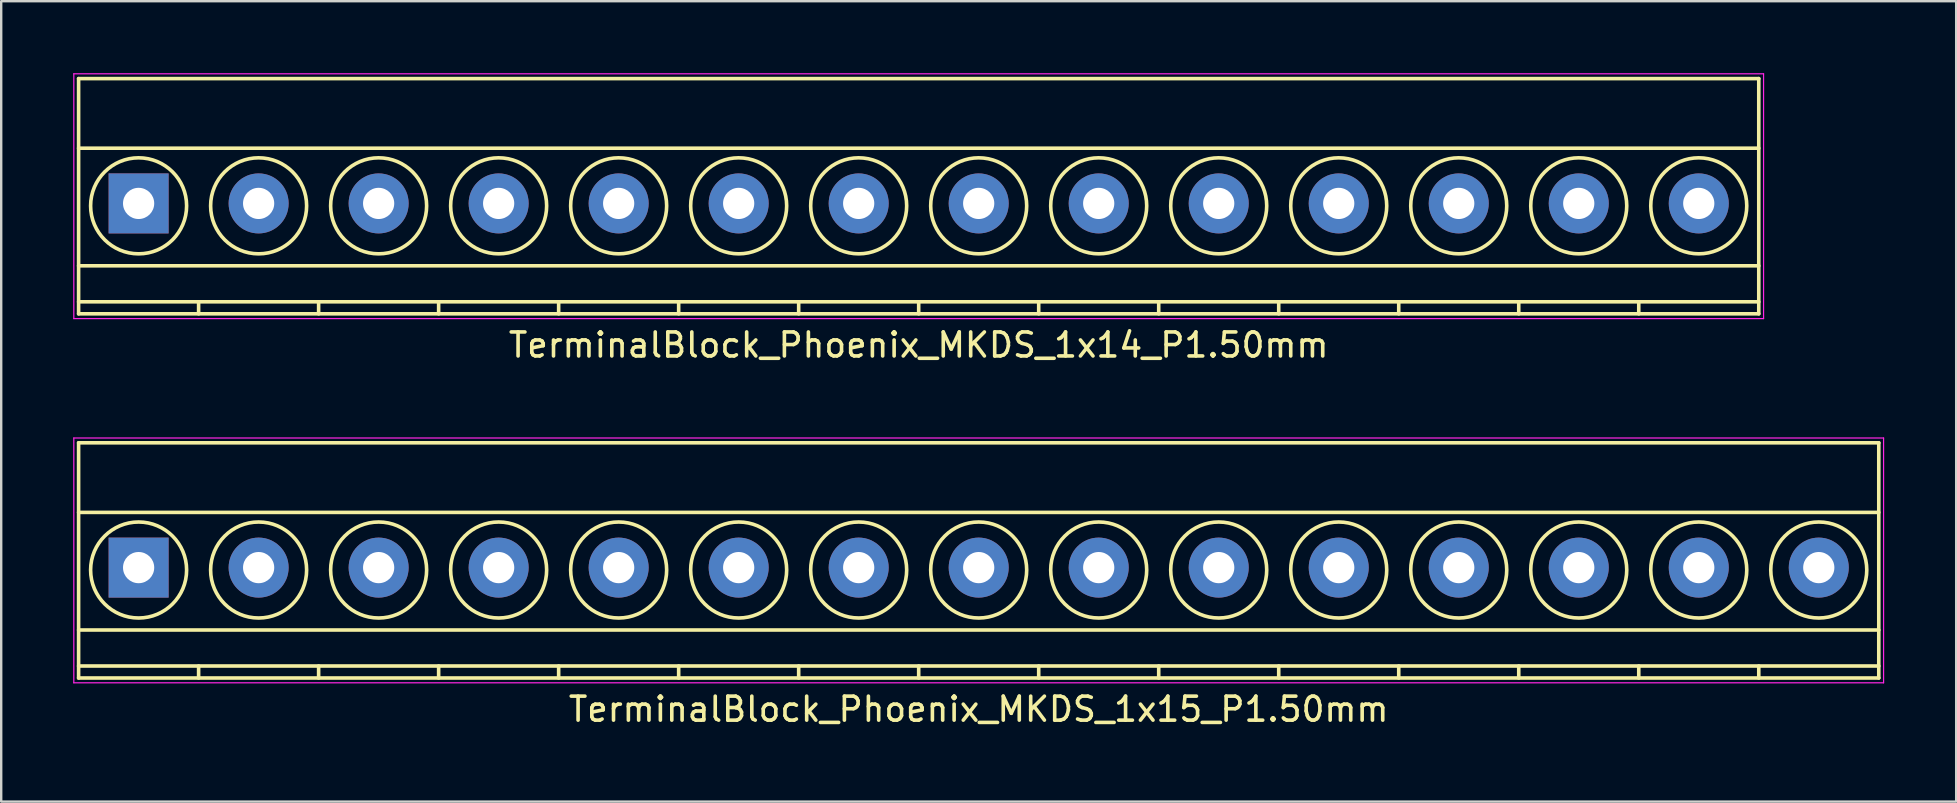
<source format=kicad_pcb>
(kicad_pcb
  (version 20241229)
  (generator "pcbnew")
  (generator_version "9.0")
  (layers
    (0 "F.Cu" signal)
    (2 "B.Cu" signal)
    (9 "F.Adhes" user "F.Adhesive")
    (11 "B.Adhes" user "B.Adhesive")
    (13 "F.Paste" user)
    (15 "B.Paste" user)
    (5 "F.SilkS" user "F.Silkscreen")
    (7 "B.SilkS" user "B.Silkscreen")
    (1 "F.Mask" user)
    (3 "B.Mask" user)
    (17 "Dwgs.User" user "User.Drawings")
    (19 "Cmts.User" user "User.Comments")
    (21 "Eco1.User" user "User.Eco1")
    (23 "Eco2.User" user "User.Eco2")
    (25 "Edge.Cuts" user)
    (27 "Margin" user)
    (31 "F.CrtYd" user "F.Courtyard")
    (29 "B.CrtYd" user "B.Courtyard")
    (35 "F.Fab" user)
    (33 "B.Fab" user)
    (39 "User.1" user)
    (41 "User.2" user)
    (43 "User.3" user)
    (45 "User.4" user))
  (footprint "TerminalBlock_Phoenix_MKDS_1x15_P1.50mm"
    (layer "F.Cu")
    (at 2.725 20.598)
    (property "Reference" "TerminalBlock_Phoenix_MKDS_1x15_P1.50mm" (at 35 5.9 0) (layer "F.SilkS") (effects (font (size 1 1) (thickness 0.15))))
    (attr through_hole)
    (fp_line (start -2.5 -5.2) (end -2.5 4.6) (stroke (width 0.15) (type solid)) (layer "F.SilkS"))
    (fp_line (start -2.5 -2.3) (end 72.5 -2.3) (stroke (width 0.15) (type solid)) (layer "F.SilkS"))
    (fp_line (start -2.5 2.6) (end 72.5 2.6) (stroke (width 0.15) (type solid)) (layer "F.SilkS"))
    (fp_line (start -2.5 4.1) (end 72.5 4.1) (stroke (width 0.15) (type solid)) (layer "F.SilkS"))
    (fp_line (start -2.5 4.6) (end 72.5 4.6) (stroke (width 0.15) (type solid)) (layer "F.SilkS"))
    (fp_line (start 2.5 4.1) (end 2.5 4.6) (stroke (width 0.15) (type solid)) (layer "F.SilkS"))
    (fp_line (start 7.5 4.1) (end 7.5 4.6) (stroke (width 0.15) (type solid)) (layer "F.SilkS"))
    (fp_line (start 12.5 4.1) (end 12.5 4.6) (stroke (width 0.15) (type solid)) (layer "F.SilkS"))
    (fp_line (start 17.5 4.1) (end 17.5 4.6) (stroke (width 0.15) (type solid)) (layer "F.SilkS"))
    (fp_line (start 22.5 4.1) (end 22.5 4.6) (stroke (width 0.15) (type solid)) (layer "F.SilkS"))
    (fp_line (start 27.5 4.1) (end 27.5 4.6) (stroke (width 0.15) (type solid)) (layer "F.SilkS"))
    (fp_line (start 32.5 4.1) (end 32.5 4.6) (stroke (width 0.15) (type solid)) (layer "F.SilkS"))
    (fp_line (start 37.5 4.1) (end 37.5 4.6) (stroke (width 0.15) (type solid)) (layer "F.SilkS"))
    (fp_line (start 42.5 4.1) (end 42.5 4.6) (stroke (width 0.15) (type solid)) (layer "F.SilkS"))
    (fp_line (start 47.5 4.1) (end 47.5 4.6) (stroke (width 0.15) (type solid)) (layer "F.SilkS"))
    (fp_line (start 52.5 4.1) (end 52.5 4.6) (stroke (width 0.15) (type solid)) (layer "F.SilkS"))
    (fp_line (start 57.5 4.1) (end 57.5 4.6) (stroke (width 0.15) (type solid)) (layer "F.SilkS"))
    (fp_line (start 62.5 4.1) (end 62.5 4.6) (stroke (width 0.15) (type solid)) (layer "F.SilkS"))
    (fp_line (start 67.5 4.1) (end 67.5 4.6) (stroke (width 0.15) (type solid)) (layer "F.SilkS"))
    (fp_line (start 72.5 -5.2) (end -2.5 -5.2) (stroke (width 0.15) (type solid)) (layer "F.SilkS"))
    (fp_line (start 72.5 4.6) (end 72.5 -5.2) (stroke (width 0.15) (type solid)) (layer "F.SilkS"))
    (fp_circle (center 0 0.1) (end 2 0.1) (stroke (width 0.15) (type solid)) (fill no) (layer "F.SilkS"))
    (fp_circle (center 5 0.1) (end 3 0.1) (stroke (width 0.15) (type solid)) (fill no) (layer "F.SilkS"))
    (fp_circle (center 10 0.1) (end 8 0.1) (stroke (width 0.15) (type solid)) (fill no) (layer "F.SilkS"))
    (fp_circle (center 15 0.1) (end 13 0.1) (stroke (width 0.15) (type solid)) (fill no) (layer "F.SilkS"))
    (fp_circle (center 20 0.1) (end 18 0.1) (stroke (width 0.15) (type solid)) (fill no) (layer "F.SilkS"))
    (fp_circle (center 25 0.1) (end 23 0.1) (stroke (width 0.15) (type solid)) (fill no) (layer "F.SilkS"))
    (fp_circle (center 30 0.1) (end 28 0.1) (stroke (width 0.15) (type solid)) (fill no) (layer "F.SilkS"))
    (fp_circle (center 35 0.1) (end 33 0.1) (stroke (width 0.15) (type solid)) (fill no) (layer "F.SilkS"))
    (fp_circle (center 40 0.1) (end 38 0.1) (stroke (width 0.15) (type solid)) (fill no) (layer "F.SilkS"))
    (fp_circle (center 45 0.1) (end 43 0.1) (stroke (width 0.15) (type solid)) (fill no) (layer "F.SilkS"))
    (fp_circle (center 50 0.1) (end 48 0.1) (stroke (width 0.15) (type solid)) (fill no) (layer "F.SilkS"))
    (fp_circle (center 55 0.1) (end 53 0.1) (stroke (width 0.15) (type solid)) (fill no) (layer "F.SilkS"))
    (fp_circle (center 60 0.1) (end 58 0.1) (stroke (width 0.15) (type solid)) (fill no) (layer "F.SilkS"))
    (fp_circle (center 65 0.1) (end 63 0.1) (stroke (width 0.15) (type solid)) (fill no) (layer "F.SilkS"))
    (fp_circle (center 70 0.1) (end 68 0.1) (stroke (width 0.15) (type solid)) (fill no) (layer "F.SilkS"))
    (fp_line (start -2.7 -5.4) (end 72.7 -5.4) (stroke (width 0.05) (type solid)) (layer "F.CrtYd"))
    (fp_line (start -2.7 4.8) (end -2.7 -5.4) (stroke (width 0.05) (type solid)) (layer "F.CrtYd"))
    (fp_line (start 72.7 -5.4) (end 72.7 4.8) (stroke (width 0.05) (type solid)) (layer "F.CrtYd"))
    (fp_line (start 72.7 4.8) (end -2.7 4.8) (stroke (width 0.05) (type solid)) (layer "F.CrtYd"))
    (pad "1" thru_hole rect (at 0 0) (size 2.5 2.5) (drill 1.3) (layers "*.Cu" "*.Mask"))
    (pad "2" thru_hole circle (at 5 0) (size 2.5 2.5) (drill 1.3) (layers "*.Cu" "*.Mask"))
    (pad "3" thru_hole circle (at 10 0) (size 2.5 2.5) (drill 1.3) (layers "*.Cu" "*.Mask"))
    (pad "4" thru_hole circle (at 15 0) (size 2.5 2.5) (drill 1.3) (layers "*.Cu" "*.Mask"))
    (pad "5" thru_hole circle (at 20 0) (size 2.5 2.5) (drill 1.3) (layers "*.Cu" "*.Mask"))
    (pad "6" thru_hole circle (at 25 0) (size 2.5 2.5) (drill 1.3) (layers "*.Cu" "*.Mask"))
    (pad "7" thru_hole circle (at 30 0) (size 2.5 2.5) (drill 1.3) (layers "*.Cu" "*.Mask"))
    (pad "8" thru_hole circle (at 35 0) (size 2.5 2.5) (drill 1.3) (layers "*.Cu" "*.Mask"))
    (pad "9" thru_hole circle (at 40 0) (size 2.5 2.5) (drill 1.3) (layers "*.Cu" "*.Mask"))
    (pad "10" thru_hole circle (at 45 0) (size 2.5 2.5) (drill 1.3) (layers "*.Cu" "*.Mask"))
    (pad "11" thru_hole circle (at 50 0) (size 2.5 2.5) (drill 1.3) (layers "*.Cu" "*.Mask"))
    (pad "12" thru_hole circle (at 55 0) (size 2.5 2.5) (drill 1.3) (layers "*.Cu" "*.Mask"))
    (pad "13" thru_hole circle (at 60 0) (size 2.5 2.5) (drill 1.3) (layers "*.Cu" "*.Mask"))
    (pad "14" thru_hole circle (at 65 0) (size 2.5 2.5) (drill 1.3) (layers "*.Cu" "*.Mask"))
    (pad "15" thru_hole circle (at 70 0) (size 2.5 2.5) (drill 1.3) (layers "*.Cu" "*.Mask")))
  (footprint "TerminalBlock_Phoenix_MKDS_1x14_P1.50mm"
    (layer "F.Cu")
    (at 2.725 5.425)
    (property "Reference" "TerminalBlock_Phoenix_MKDS_1x14_P1.50mm" (at 32.5 5.9 0) (layer "F.SilkS") (effects (font (size 1 1) (thickness 0.15))))
    (attr through_hole)
    (fp_line (start -2.5 -5.2) (end -2.5 4.6) (stroke (width 0.15) (type solid)) (layer "F.SilkS"))
    (fp_line (start -2.5 -2.3) (end 67.5 -2.3) (stroke (width 0.15) (type solid)) (layer "F.SilkS"))
    (fp_line (start -2.5 2.6) (end 67.5 2.6) (stroke (width 0.15) (type solid)) (layer "F.SilkS"))
    (fp_line (start -2.5 4.1) (end 67.5 4.1) (stroke (width 0.15) (type solid)) (layer "F.SilkS"))
    (fp_line (start -2.5 4.6) (end 67.5 4.6) (stroke (width 0.15) (type solid)) (layer "F.SilkS"))
    (fp_line (start 2.5 4.1) (end 2.5 4.6) (stroke (width 0.15) (type solid)) (layer "F.SilkS"))
    (fp_line (start 7.5 4.1) (end 7.5 4.6) (stroke (width 0.15) (type solid)) (layer "F.SilkS"))
    (fp_line (start 12.5 4.1) (end 12.5 4.6) (stroke (width 0.15) (type solid)) (layer "F.SilkS"))
    (fp_line (start 17.5 4.1) (end 17.5 4.6) (stroke (width 0.15) (type solid)) (layer "F.SilkS"))
    (fp_line (start 22.5 4.1) (end 22.5 4.6) (stroke (width 0.15) (type solid)) (layer "F.SilkS"))
    (fp_line (start 27.5 4.1) (end 27.5 4.6) (stroke (width 0.15) (type solid)) (layer "F.SilkS"))
    (fp_line (start 32.5 4.1) (end 32.5 4.6) (stroke (width 0.15) (type solid)) (layer "F.SilkS"))
    (fp_line (start 37.5 4.1) (end 37.5 4.6) (stroke (width 0.15) (type solid)) (layer "F.SilkS"))
    (fp_line (start 42.5 4.1) (end 42.5 4.6) (stroke (width 0.15) (type solid)) (layer "F.SilkS"))
    (fp_line (start 47.5 4.1) (end 47.5 4.6) (stroke (width 0.15) (type solid)) (layer "F.SilkS"))
    (fp_line (start 52.5 4.1) (end 52.5 4.6) (stroke (width 0.15) (type solid)) (layer "F.SilkS"))
    (fp_line (start 57.5 4.1) (end 57.5 4.6) (stroke (width 0.15) (type solid)) (layer "F.SilkS"))
    (fp_line (start 62.5 4.1) (end 62.5 4.6) (stroke (width 0.15) (type solid)) (layer "F.SilkS"))
    (fp_line (start 67.5 -5.2) (end -2.5 -5.2) (stroke (width 0.15) (type solid)) (layer "F.SilkS"))
    (fp_line (start 67.5 4.6) (end 67.5 -5.2) (stroke (width 0.15) (type solid)) (layer "F.SilkS"))
    (fp_circle (center 0 0.1) (end 2 0.1) (stroke (width 0.15) (type solid)) (fill no) (layer "F.SilkS"))
    (fp_circle (center 5 0.1) (end 3 0.1) (stroke (width 0.15) (type solid)) (fill no) (layer "F.SilkS"))
    (fp_circle (center 10 0.1) (end 8 0.1) (stroke (width 0.15) (type solid)) (fill no) (layer "F.SilkS"))
    (fp_circle (center 15 0.1) (end 13 0.1) (stroke (width 0.15) (type solid)) (fill no) (layer "F.SilkS"))
    (fp_circle (center 20 0.1) (end 18 0.1) (stroke (width 0.15) (type solid)) (fill no) (layer "F.SilkS"))
    (fp_circle (center 25 0.1) (end 23 0.1) (stroke (width 0.15) (type solid)) (fill no) (layer "F.SilkS"))
    (fp_circle (center 30 0.1) (end 28 0.1) (stroke (width 0.15) (type solid)) (fill no) (layer "F.SilkS"))
    (fp_circle (center 35 0.1) (end 33 0.1) (stroke (width 0.15) (type solid)) (fill no) (layer "F.SilkS"))
    (fp_circle (center 40 0.1) (end 38 0.1) (stroke (width 0.15) (type solid)) (fill no) (layer "F.SilkS"))
    (fp_circle (center 45 0.1) (end 43 0.1) (stroke (width 0.15) (type solid)) (fill no) (layer "F.SilkS"))
    (fp_circle (center 50 0.1) (end 48 0.1) (stroke (width 0.15) (type solid)) (fill no) (layer "F.SilkS"))
    (fp_circle (center 55 0.1) (end 53 0.1) (stroke (width 0.15) (type solid)) (fill no) (layer "F.SilkS"))
    (fp_circle (center 60 0.1) (end 58 0.1) (stroke (width 0.15) (type solid)) (fill no) (layer "F.SilkS"))
    (fp_circle (center 65 0.1) (end 63 0.1) (stroke (width 0.15) (type solid)) (fill no) (layer "F.SilkS"))
    (fp_line (start -2.7 -5.4) (end 67.7 -5.4) (stroke (width 0.05) (type solid)) (layer "F.CrtYd"))
    (fp_line (start -2.7 4.8) (end -2.7 -5.4) (stroke (width 0.05) (type solid)) (layer "F.CrtYd"))
    (fp_line (start 67.7 -5.4) (end 67.7 4.8) (stroke (width 0.05) (type solid)) (layer "F.CrtYd"))
    (fp_line (start 67.7 4.8) (end -2.7 4.8) (stroke (width 0.05) (type solid)) (layer "F.CrtYd"))
    (pad "1" thru_hole rect (at 0 0) (size 2.5 2.5) (drill 1.3) (layers "*.Cu" "*.Mask"))
    (pad "2" thru_hole circle (at 5 0) (size 2.5 2.5) (drill 1.3) (layers "*.Cu" "*.Mask"))
    (pad "3" thru_hole circle (at 10 0) (size 2.5 2.5) (drill 1.3) (layers "*.Cu" "*.Mask"))
    (pad "4" thru_hole circle (at 15 0) (size 2.5 2.5) (drill 1.3) (layers "*.Cu" "*.Mask"))
    (pad "5" thru_hole circle (at 20 0) (size 2.5 2.5) (drill 1.3) (layers "*.Cu" "*.Mask"))
    (pad "6" thru_hole circle (at 25 0) (size 2.5 2.5) (drill 1.3) (layers "*.Cu" "*.Mask"))
    (pad "7" thru_hole circle (at 30 0) (size 2.5 2.5) (drill 1.3) (layers "*.Cu" "*.Mask"))
    (pad "8" thru_hole circle (at 35 0) (size 2.5 2.5) (drill 1.3) (layers "*.Cu" "*.Mask"))
    (pad "9" thru_hole circle (at 40 0) (size 2.5 2.5) (drill 1.3) (layers "*.Cu" "*.Mask"))
    (pad "10" thru_hole circle (at 45 0) (size 2.5 2.5) (drill 1.3) (layers "*.Cu" "*.Mask"))
    (pad "11" thru_hole circle (at 50 0) (size 2.5 2.5) (drill 1.3) (layers "*.Cu" "*.Mask"))
    (pad "12" thru_hole circle (at 55 0) (size 2.5 2.5) (drill 1.3) (layers "*.Cu" "*.Mask"))
    (pad "13" thru_hole circle (at 60 0) (size 2.5 2.5) (drill 1.3) (layers "*.Cu" "*.Mask"))
    (pad "14" thru_hole circle (at 65 0) (size 2.5 2.5) (drill 1.3) (layers "*.Cu" "*.Mask")))
  (gr_rect
    (start -3 -3)
    (end 78.45 30.346)
    (stroke (width 0.1) (type default))
    (fill no)
    (layer "Edge.Cuts")))
</source>
